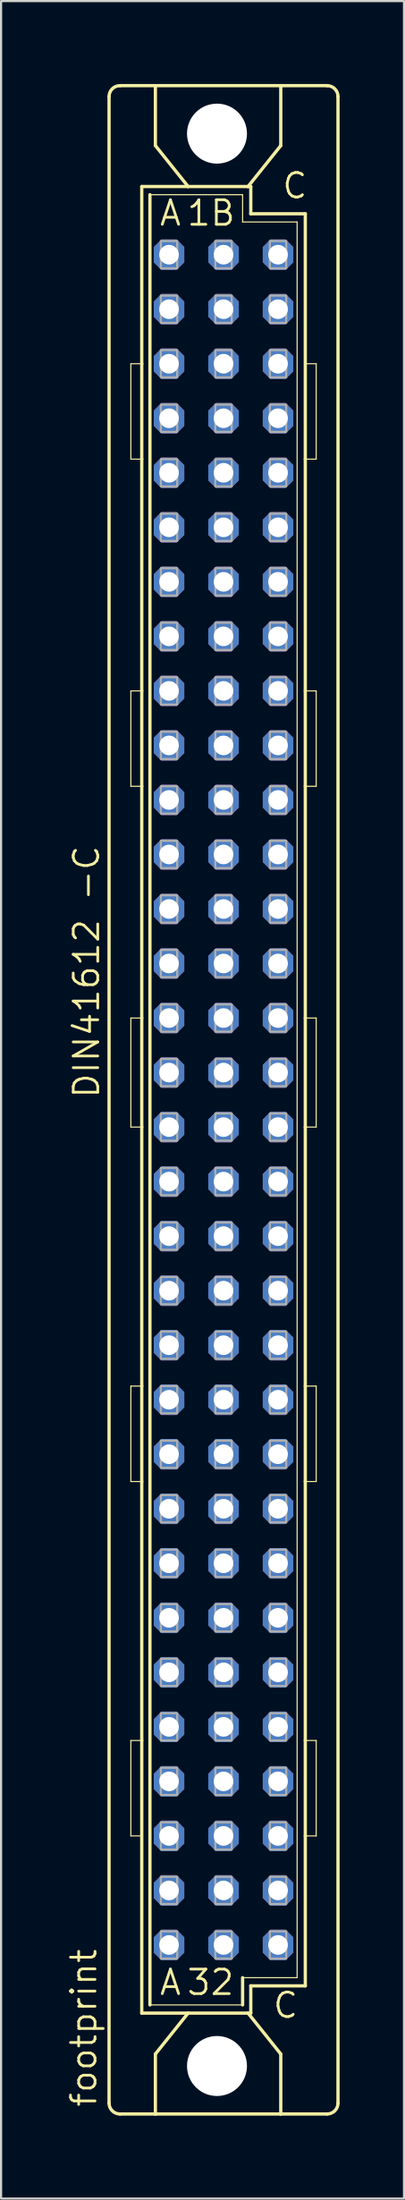
<source format=kicad_pcb>
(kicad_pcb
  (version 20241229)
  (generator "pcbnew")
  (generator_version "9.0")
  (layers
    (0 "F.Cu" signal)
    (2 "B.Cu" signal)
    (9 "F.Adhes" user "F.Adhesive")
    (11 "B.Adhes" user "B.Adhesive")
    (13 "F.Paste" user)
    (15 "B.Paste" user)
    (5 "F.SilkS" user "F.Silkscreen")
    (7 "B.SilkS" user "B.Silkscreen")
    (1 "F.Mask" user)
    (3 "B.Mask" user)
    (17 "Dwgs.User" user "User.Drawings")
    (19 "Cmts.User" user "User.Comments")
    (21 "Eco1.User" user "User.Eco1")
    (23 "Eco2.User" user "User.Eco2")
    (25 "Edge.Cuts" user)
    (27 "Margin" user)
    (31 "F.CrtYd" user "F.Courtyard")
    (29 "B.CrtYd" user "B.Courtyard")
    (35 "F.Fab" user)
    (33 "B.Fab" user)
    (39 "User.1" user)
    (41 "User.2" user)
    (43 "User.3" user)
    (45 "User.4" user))
  (footprint "footprint"
    (layer "F.Cu")
    (at 7.366 48.184)
    (property "Reference" "footprint" (at -5.842 46.99 90) (layer "F.SilkS") (effects (font (size 1.143 1.143) (thickness 0.127)) (justify left bottom)))
    (fp_line (start -5.334 46.736) (end -5.334 -46.736) (stroke (width 0.152) (type solid)) (layer "F.SilkS"))
    (fp_line (start -4.826 -47.244) (end -3.175 -47.244) (stroke (width 0.152) (type solid)) (layer "F.SilkS"))
    (fp_line (start -4.826 47.244) (end -3.175 47.244) (stroke (width 0.152) (type solid)) (layer "F.SilkS"))
    (fp_line (start -4.318 -29.845) (end -4.318 -34.29) (stroke (width 0.051) (type solid)) (layer "F.SilkS"))
    (fp_line (start -4.318 -29.845) (end -3.81 -29.845) (stroke (width 0.051) (type solid)) (layer "F.SilkS"))
    (fp_line (start -4.318 -14.605) (end -4.318 -19.05) (stroke (width 0.051) (type solid)) (layer "F.SilkS"))
    (fp_line (start -4.318 -14.605) (end -3.81 -14.605) (stroke (width 0.051) (type solid)) (layer "F.SilkS"))
    (fp_line (start -4.318 1.27) (end -4.318 -3.81) (stroke (width 0.051) (type solid)) (layer "F.SilkS"))
    (fp_line (start -4.318 1.27) (end -3.81 1.27) (stroke (width 0.051) (type solid)) (layer "F.SilkS"))
    (fp_line (start -4.318 17.78) (end -4.318 13.335) (stroke (width 0.051) (type solid)) (layer "F.SilkS"))
    (fp_line (start -4.318 17.78) (end -3.81 17.78) (stroke (width 0.051) (type solid)) (layer "F.SilkS"))
    (fp_line (start -4.318 34.29) (end -4.318 29.845) (stroke (width 0.051) (type solid)) (layer "F.SilkS"))
    (fp_line (start -4.318 34.29) (end -3.81 34.29) (stroke (width 0.051) (type solid)) (layer "F.SilkS"))
    (fp_line (start -3.81 -42.545) (end -3.81 -34.29) (stroke (width 0.152) (type solid)) (layer "F.SilkS"))
    (fp_line (start -3.81 -34.29) (end -4.318 -34.29) (stroke (width 0.051) (type solid)) (layer "F.SilkS"))
    (fp_line (start -3.81 -34.29) (end -3.81 -29.845) (stroke (width 0.152) (type solid)) (layer "F.SilkS"))
    (fp_line (start -3.81 -29.845) (end -3.81 -19.05) (stroke (width 0.152) (type solid)) (layer "F.SilkS"))
    (fp_line (start -3.81 -19.05) (end -4.318 -19.05) (stroke (width 0.051) (type solid)) (layer "F.SilkS"))
    (fp_line (start -3.81 -19.05) (end -3.81 -14.605) (stroke (width 0.152) (type solid)) (layer "F.SilkS"))
    (fp_line (start -3.81 -14.605) (end -3.81 -3.81) (stroke (width 0.152) (type solid)) (layer "F.SilkS"))
    (fp_line (start -3.81 -3.81) (end -4.318 -3.81) (stroke (width 0.051) (type solid)) (layer "F.SilkS"))
    (fp_line (start -3.81 -3.81) (end -3.81 1.27) (stroke (width 0.152) (type solid)) (layer "F.SilkS"))
    (fp_line (start -3.81 1.27) (end -3.81 13.335) (stroke (width 0.152) (type solid)) (layer "F.SilkS"))
    (fp_line (start -3.81 13.335) (end -4.318 13.335) (stroke (width 0.051) (type solid)) (layer "F.SilkS"))
    (fp_line (start -3.81 13.335) (end -3.81 17.78) (stroke (width 0.152) (type solid)) (layer "F.SilkS"))
    (fp_line (start -3.81 17.78) (end -3.81 29.845) (stroke (width 0.152) (type solid)) (layer "F.SilkS"))
    (fp_line (start -3.81 29.845) (end -4.318 29.845) (stroke (width 0.051) (type solid)) (layer "F.SilkS"))
    (fp_line (start -3.81 29.845) (end -3.81 42.545) (stroke (width 0.152) (type solid)) (layer "F.SilkS"))
    (fp_line (start -3.81 42.545) (end -1.651 42.545) (stroke (width 0.152) (type solid)) (layer "F.SilkS"))
    (fp_line (start -3.429 -42.164) (end -3.429 42.164) (stroke (width 0.152) (type solid)) (layer "F.SilkS"))
    (fp_line (start -3.429 -42.164) (end 0.889 -42.164) (stroke (width 0.051) (type solid)) (layer "F.SilkS"))
    (fp_line (start -3.429 42.164) (end 0.889 42.164) (stroke (width 0.051) (type solid)) (layer "F.SilkS"))
    (fp_line (start -3.175 -47.244) (end -3.175 -44.45) (stroke (width 0.152) (type solid)) (layer "F.SilkS"))
    (fp_line (start -3.175 47.244) (end -3.175 44.45) (stroke (width 0.152) (type solid)) (layer "F.SilkS"))
    (fp_line (start -3.175 47.244) (end 2.667 47.244) (stroke (width 0.152) (type solid)) (layer "F.SilkS"))
    (fp_line (start -1.651 -42.545) (end -3.81 -42.545) (stroke (width 0.152) (type solid)) (layer "F.SilkS"))
    (fp_line (start -1.651 -42.545) (end -3.175 -44.45) (stroke (width 0.152) (type solid)) (layer "F.SilkS"))
    (fp_line (start -1.651 42.545) (end -3.175 44.45) (stroke (width 0.152) (type solid)) (layer "F.SilkS"))
    (fp_line (start -1.651 42.545) (end 1.143 42.545) (stroke (width 0.152) (type solid)) (layer "F.SilkS"))
    (fp_line (start 0.889 -42.164) (end 0.889 -40.894) (stroke (width 0.051) (type solid)) (layer "F.SilkS"))
    (fp_line (start 0.889 -40.894) (end 3.429 -40.894) (stroke (width 0.051) (type solid)) (layer "F.SilkS"))
    (fp_line (start 0.889 40.894) (end 3.429 40.894) (stroke (width 0.051) (type solid)) (layer "F.SilkS"))
    (fp_line (start 0.889 42.164) (end 0.889 40.894) (stroke (width 0.152) (type solid)) (layer "F.SilkS"))
    (fp_line (start 1.143 -42.545) (end -1.651 -42.545) (stroke (width 0.152) (type solid)) (layer "F.SilkS"))
    (fp_line (start 1.143 -42.545) (end 2.667 -44.45) (stroke (width 0.152) (type solid)) (layer "F.SilkS"))
    (fp_line (start 1.143 42.545) (end 1.27 42.545) (stroke (width 0.152) (type solid)) (layer "F.SilkS"))
    (fp_line (start 1.143 42.545) (end 2.667 44.45) (stroke (width 0.152) (type solid)) (layer "F.SilkS"))
    (fp_line (start 1.27 -42.545) (end 1.143 -42.545) (stroke (width 0.152) (type solid)) (layer "F.SilkS"))
    (fp_line (start 1.27 -41.275) (end 1.27 -42.545) (stroke (width 0.152) (type solid)) (layer "F.SilkS"))
    (fp_line (start 1.27 41.275) (end 3.81 41.275) (stroke (width 0.152) (type solid)) (layer "F.SilkS"))
    (fp_line (start 1.27 42.545) (end 1.27 41.275) (stroke (width 0.152) (type solid)) (layer "F.SilkS"))
    (fp_line (start 2.667 -47.244) (end -3.175 -47.244) (stroke (width 0.152) (type solid)) (layer "F.SilkS"))
    (fp_line (start 2.667 -47.244) (end 2.667 -44.45) (stroke (width 0.152) (type solid)) (layer "F.SilkS"))
    (fp_line (start 2.667 47.244) (end 2.667 44.45) (stroke (width 0.152) (type solid)) (layer "F.SilkS"))
    (fp_line (start 2.667 47.244) (end 4.826 47.244) (stroke (width 0.152) (type solid)) (layer "F.SilkS"))
    (fp_line (start 3.429 -40.894) (end 3.429 40.894) (stroke (width 0.051) (type solid)) (layer "F.SilkS"))
    (fp_line (start 3.81 -41.275) (end 1.27 -41.275) (stroke (width 0.152) (type solid)) (layer "F.SilkS"))
    (fp_line (start 3.81 -29.845) (end 3.81 -41.275) (stroke (width 0.152) (type solid)) (layer "F.SilkS"))
    (fp_line (start 3.81 -29.845) (end 4.318 -29.845) (stroke (width 0.051) (type solid)) (layer "F.SilkS"))
    (fp_line (start 3.81 -19.05) (end 3.81 -29.845) (stroke (width 0.152) (type solid)) (layer "F.SilkS"))
    (fp_line (start 3.81 -14.605) (end 3.81 -19.05) (stroke (width 0.152) (type solid)) (layer "F.SilkS"))
    (fp_line (start 3.81 -14.605) (end 4.318 -14.605) (stroke (width 0.051) (type solid)) (layer "F.SilkS"))
    (fp_line (start 3.81 -3.81) (end 3.81 -14.605) (stroke (width 0.152) (type solid)) (layer "F.SilkS"))
    (fp_line (start 3.81 1.27) (end 3.81 -3.81) (stroke (width 0.152) (type solid)) (layer "F.SilkS"))
    (fp_line (start 3.81 1.27) (end 4.318 1.27) (stroke (width 0.051) (type solid)) (layer "F.SilkS"))
    (fp_line (start 3.81 13.335) (end 3.81 1.27) (stroke (width 0.152) (type solid)) (layer "F.SilkS"))
    (fp_line (start 3.81 17.78) (end 3.81 13.335) (stroke (width 0.152) (type solid)) (layer "F.SilkS"))
    (fp_line (start 3.81 17.78) (end 4.318 17.78) (stroke (width 0.051) (type solid)) (layer "F.SilkS"))
    (fp_line (start 3.81 29.845) (end 3.81 17.78) (stroke (width 0.152) (type solid)) (layer "F.SilkS"))
    (fp_line (start 3.81 34.29) (end 3.81 29.845) (stroke (width 0.152) (type solid)) (layer "F.SilkS"))
    (fp_line (start 3.81 34.29) (end 4.318 34.29) (stroke (width 0.051) (type solid)) (layer "F.SilkS"))
    (fp_line (start 3.81 41.275) (end 3.81 34.29) (stroke (width 0.152) (type solid)) (layer "F.SilkS"))
    (fp_line (start 4.318 -34.29) (end 3.81 -34.29) (stroke (width 0.051) (type solid)) (layer "F.SilkS"))
    (fp_line (start 4.318 -34.29) (end 4.318 -29.845) (stroke (width 0.051) (type solid)) (layer "F.SilkS"))
    (fp_line (start 4.318 -19.05) (end 3.81 -19.05) (stroke (width 0.051) (type solid)) (layer "F.SilkS"))
    (fp_line (start 4.318 -19.05) (end 4.318 -14.605) (stroke (width 0.051) (type solid)) (layer "F.SilkS"))
    (fp_line (start 4.318 -3.81) (end 3.81 -3.81) (stroke (width 0.051) (type solid)) (layer "F.SilkS"))
    (fp_line (start 4.318 -3.81) (end 4.318 1.27) (stroke (width 0.051) (type solid)) (layer "F.SilkS"))
    (fp_line (start 4.318 13.335) (end 3.81 13.335) (stroke (width 0.051) (type solid)) (layer "F.SilkS"))
    (fp_line (start 4.318 13.335) (end 4.318 17.78) (stroke (width 0.051) (type solid)) (layer "F.SilkS"))
    (fp_line (start 4.318 29.845) (end 3.81 29.845) (stroke (width 0.051) (type solid)) (layer "F.SilkS"))
    (fp_line (start 4.318 29.845) (end 4.318 34.29) (stroke (width 0.051) (type solid)) (layer "F.SilkS"))
    (fp_line (start 4.826 -47.244) (end 2.667 -47.244) (stroke (width 0.152) (type solid)) (layer "F.SilkS"))
    (fp_line (start 5.334 46.736) (end 5.334 -46.736) (stroke (width 0.152) (type solid)) (layer "F.SilkS"))
    (fp_arc (start -5.334 -46.736) (mid -5.18521 -47.09521) (end -4.826 -47.244) (stroke (width 0.1524) (type solid)) (layer "F.SilkS"))
    (fp_arc (start -4.826 47.244) (mid -5.18521 47.09521) (end -5.334 46.736) (stroke (width 0.1524) (type solid)) (layer "F.SilkS"))
    (fp_arc (start 4.826 -47.244) (mid 5.18521 -47.09521) (end 5.334 -46.736) (stroke (width 0.1524) (type solid)) (layer "F.SilkS"))
    (fp_arc (start 5.334 46.736) (mid 5.18521 47.09521) (end 4.826 47.244) (stroke (width 0.1524) (type solid)) (layer "F.SilkS"))
    (fp_circle (center -0.305 -45.009) (end 0.965 -45.009) (stroke (width 0.152) (type solid)) (fill no) (layer "F.SilkS"))
    (fp_circle (center -0.305 45.009) (end 0.965 45.009) (stroke (width 0.152) (type solid)) (fill no) (layer "F.SilkS"))
    (fp_poly (pts (xy -2.921 -38.735) (xy -2.159 -38.735) (xy -2.159 -40.005) (xy -2.921 -40.005)) (stroke (width 0.1) (type solid)) (fill no) (layer "F.Fab"))
    (fp_poly (pts (xy -2.921 -36.195) (xy -2.159 -36.195) (xy -2.159 -37.465) (xy -2.921 -37.465)) (stroke (width 0.1) (type solid)) (fill no) (layer "F.Fab"))
    (fp_poly (pts (xy -2.921 -33.655) (xy -2.159 -33.655) (xy -2.159 -34.925) (xy -2.921 -34.925)) (stroke (width 0.1) (type solid)) (fill no) (layer "F.Fab"))
    (fp_poly (pts (xy -2.921 -31.115) (xy -2.159 -31.115) (xy -2.159 -32.385) (xy -2.921 -32.385)) (stroke (width 0.1) (type solid)) (fill no) (layer "F.Fab"))
    (fp_poly (pts (xy -2.921 -28.575) (xy -2.159 -28.575) (xy -2.159 -29.845) (xy -2.921 -29.845)) (stroke (width 0.1) (type solid)) (fill no) (layer "F.Fab"))
    (fp_poly (pts (xy -2.921 -26.035) (xy -2.159 -26.035) (xy -2.159 -27.305) (xy -2.921 -27.305)) (stroke (width 0.1) (type solid)) (fill no) (layer "F.Fab"))
    (fp_poly (pts (xy -2.921 -23.495) (xy -2.159 -23.495) (xy -2.159 -24.765) (xy -2.921 -24.765)) (stroke (width 0.1) (type solid)) (fill no) (layer "F.Fab"))
    (fp_poly (pts (xy -2.921 -20.955) (xy -2.159 -20.955) (xy -2.159 -22.225) (xy -2.921 -22.225)) (stroke (width 0.1) (type solid)) (fill no) (layer "F.Fab"))
    (fp_poly (pts (xy -2.921 -18.415) (xy -2.159 -18.415) (xy -2.159 -19.685) (xy -2.921 -19.685)) (stroke (width 0.1) (type solid)) (fill no) (layer "F.Fab"))
    (fp_poly (pts (xy -2.921 -15.875) (xy -2.159 -15.875) (xy -2.159 -17.145) (xy -2.921 -17.145)) (stroke (width 0.1) (type solid)) (fill no) (layer "F.Fab"))
    (fp_poly (pts (xy -2.921 -13.335) (xy -2.159 -13.335) (xy -2.159 -14.605) (xy -2.921 -14.605)) (stroke (width 0.1) (type solid)) (fill no) (layer "F.Fab"))
    (fp_poly (pts (xy -2.921 -10.795) (xy -2.159 -10.795) (xy -2.159 -12.065) (xy -2.921 -12.065)) (stroke (width 0.1) (type solid)) (fill no) (layer "F.Fab"))
    (fp_poly (pts (xy -2.921 -8.255) (xy -2.159 -8.255) (xy -2.159 -9.525) (xy -2.921 -9.525)) (stroke (width 0.1) (type solid)) (fill no) (layer "F.Fab"))
    (fp_poly (pts (xy -2.921 -5.715) (xy -2.159 -5.715) (xy -2.159 -6.985) (xy -2.921 -6.985)) (stroke (width 0.1) (type solid)) (fill no) (layer "F.Fab"))
    (fp_poly (pts (xy -2.921 -3.175) (xy -2.159 -3.175) (xy -2.159 -4.445) (xy -2.921 -4.445)) (stroke (width 0.1) (type solid)) (fill no) (layer "F.Fab"))
    (fp_poly (pts (xy -2.921 -0.635) (xy -2.159 -0.635) (xy -2.159 -1.905) (xy -2.921 -1.905)) (stroke (width 0.1) (type solid)) (fill no) (layer "F.Fab"))
    (fp_poly (pts (xy -2.921 1.905) (xy -2.159 1.905) (xy -2.159 0.635) (xy -2.921 0.635)) (stroke (width 0.1) (type solid)) (fill no) (layer "F.Fab"))
    (fp_poly (pts (xy -2.921 4.445) (xy -2.159 4.445) (xy -2.159 3.175) (xy -2.921 3.175)) (stroke (width 0.1) (type solid)) (fill no) (layer "F.Fab"))
    (fp_poly (pts (xy -2.921 6.985) (xy -2.159 6.985) (xy -2.159 5.715) (xy -2.921 5.715)) (stroke (width 0.1) (type solid)) (fill no) (layer "F.Fab"))
    (fp_poly (pts (xy -2.921 9.525) (xy -2.159 9.525) (xy -2.159 8.255) (xy -2.921 8.255)) (stroke (width 0.1) (type solid)) (fill no) (layer "F.Fab"))
    (fp_poly (pts (xy -2.921 12.065) (xy -2.159 12.065) (xy -2.159 10.795) (xy -2.921 10.795)) (stroke (width 0.1) (type solid)) (fill no) (layer "F.Fab"))
    (fp_poly (pts (xy -2.921 14.605) (xy -2.159 14.605) (xy -2.159 13.335) (xy -2.921 13.335)) (stroke (width 0.1) (type solid)) (fill no) (layer "F.Fab"))
    (fp_poly (pts (xy -2.921 17.145) (xy -2.159 17.145) (xy -2.159 15.875) (xy -2.921 15.875)) (stroke (width 0.1) (type solid)) (fill no) (layer "F.Fab"))
    (fp_poly (pts (xy -2.921 19.685) (xy -2.159 19.685) (xy -2.159 18.415) (xy -2.921 18.415)) (stroke (width 0.1) (type solid)) (fill no) (layer "F.Fab"))
    (fp_poly (pts (xy -2.921 22.225) (xy -2.159 22.225) (xy -2.159 20.955) (xy -2.921 20.955)) (stroke (width 0.1) (type solid)) (fill no) (layer "F.Fab"))
    (fp_poly (pts (xy -2.921 24.765) (xy -2.159 24.765) (xy -2.159 23.495) (xy -2.921 23.495)) (stroke (width 0.1) (type solid)) (fill no) (layer "F.Fab"))
    (fp_poly (pts (xy -2.921 27.305) (xy -2.159 27.305) (xy -2.159 26.035) (xy -2.921 26.035)) (stroke (width 0.1) (type solid)) (fill no) (layer "F.Fab"))
    (fp_poly (pts (xy -2.921 29.845) (xy -2.159 29.845) (xy -2.159 28.575) (xy -2.921 28.575)) (stroke (width 0.1) (type solid)) (fill no) (layer "F.Fab"))
    (fp_poly (pts (xy -2.921 32.385) (xy -2.159 32.385) (xy -2.159 31.115) (xy -2.921 31.115)) (stroke (width 0.1) (type solid)) (fill no) (layer "F.Fab"))
    (fp_poly (pts (xy -2.921 34.925) (xy -2.159 34.925) (xy -2.159 33.655) (xy -2.921 33.655)) (stroke (width 0.1) (type solid)) (fill no) (layer "F.Fab"))
    (fp_poly (pts (xy -2.921 37.465) (xy -2.159 37.465) (xy -2.159 36.195) (xy -2.921 36.195)) (stroke (width 0.1) (type solid)) (fill no) (layer "F.Fab"))
    (fp_poly (pts (xy -2.921 40.005) (xy -2.159 40.005) (xy -2.159 38.735) (xy -2.921 38.735)) (stroke (width 0.1) (type solid)) (fill no) (layer "F.Fab"))
    (fp_poly (pts (xy -0.381 -38.735) (xy 0.381 -38.735) (xy 0.381 -40.005) (xy -0.381 -40.005)) (stroke (width 0.1) (type solid)) (fill no) (layer "F.Fab"))
    (fp_poly (pts (xy -0.381 -36.195) (xy 0.381 -36.195) (xy 0.381 -37.465) (xy -0.381 -37.465)) (stroke (width 0.1) (type solid)) (fill no) (layer "F.Fab"))
    (fp_poly (pts (xy -0.381 -33.655) (xy 0.381 -33.655) (xy 0.381 -34.925) (xy -0.381 -34.925)) (stroke (width 0.1) (type solid)) (fill no) (layer "F.Fab"))
    (fp_poly (pts (xy -0.381 -31.115) (xy 0.381 -31.115) (xy 0.381 -32.385) (xy -0.381 -32.385)) (stroke (width 0.1) (type solid)) (fill no) (layer "F.Fab"))
    (fp_poly (pts (xy -0.381 -28.575) (xy 0.381 -28.575) (xy 0.381 -29.845) (xy -0.381 -29.845)) (stroke (width 0.1) (type solid)) (fill no) (layer "F.Fab"))
    (fp_poly (pts (xy -0.381 -26.035) (xy 0.381 -26.035) (xy 0.381 -27.305) (xy -0.381 -27.305)) (stroke (width 0.1) (type solid)) (fill no) (layer "F.Fab"))
    (fp_poly (pts (xy -0.381 -23.495) (xy 0.381 -23.495) (xy 0.381 -24.765) (xy -0.381 -24.765)) (stroke (width 0.1) (type solid)) (fill no) (layer "F.Fab"))
    (fp_poly (pts (xy -0.381 -20.955) (xy 0.381 -20.955) (xy 0.381 -22.225) (xy -0.381 -22.225)) (stroke (width 0.1) (type solid)) (fill no) (layer "F.Fab"))
    (fp_poly (pts (xy -0.381 -18.415) (xy 0.381 -18.415) (xy 0.381 -19.685) (xy -0.381 -19.685)) (stroke (width 0.1) (type solid)) (fill no) (layer "F.Fab"))
    (fp_poly (pts (xy -0.381 -15.875) (xy 0.381 -15.875) (xy 0.381 -17.145) (xy -0.381 -17.145)) (stroke (width 0.1) (type solid)) (fill no) (layer "F.Fab"))
    (fp_poly (pts (xy -0.381 -13.335) (xy 0.381 -13.335) (xy 0.381 -14.605) (xy -0.381 -14.605)) (stroke (width 0.1) (type solid)) (fill no) (layer "F.Fab"))
    (fp_poly (pts (xy -0.381 -10.795) (xy 0.381 -10.795) (xy 0.381 -12.065) (xy -0.381 -12.065)) (stroke (width 0.1) (type solid)) (fill no) (layer "F.Fab"))
    (fp_poly (pts (xy -0.381 -8.255) (xy 0.381 -8.255) (xy 0.381 -9.525) (xy -0.381 -9.525)) (stroke (width 0.1) (type solid)) (fill no) (layer "F.Fab"))
    (fp_poly (pts (xy -0.381 -5.715) (xy 0.381 -5.715) (xy 0.381 -6.985) (xy -0.381 -6.985)) (stroke (width 0.1) (type solid)) (fill no) (layer "F.Fab"))
    (fp_poly (pts (xy -0.381 -3.175) (xy 0.381 -3.175) (xy 0.381 -4.445) (xy -0.381 -4.445)) (stroke (width 0.1) (type solid)) (fill no) (layer "F.Fab"))
    (fp_poly (pts (xy -0.381 -0.635) (xy 0.381 -0.635) (xy 0.381 -1.905) (xy -0.381 -1.905)) (stroke (width 0.1) (type solid)) (fill no) (layer "F.Fab"))
    (fp_poly (pts (xy -0.381 1.905) (xy 0.381 1.905) (xy 0.381 0.635) (xy -0.381 0.635)) (stroke (width 0.1) (type solid)) (fill no) (layer "F.Fab"))
    (fp_poly (pts (xy -0.381 4.445) (xy 0.381 4.445) (xy 0.381 3.175) (xy -0.381 3.175)) (stroke (width 0.1) (type solid)) (fill no) (layer "F.Fab"))
    (fp_poly (pts (xy -0.381 6.985) (xy 0.381 6.985) (xy 0.381 5.715) (xy -0.381 5.715)) (stroke (width 0.1) (type solid)) (fill no) (layer "F.Fab"))
    (fp_poly (pts (xy -0.381 9.525) (xy 0.381 9.525) (xy 0.381 8.255) (xy -0.381 8.255)) (stroke (width 0.1) (type solid)) (fill no) (layer "F.Fab"))
    (fp_poly (pts (xy -0.381 12.065) (xy 0.381 12.065) (xy 0.381 10.795) (xy -0.381 10.795)) (stroke (width 0.1) (type solid)) (fill no) (layer "F.Fab"))
    (fp_poly (pts (xy -0.381 14.605) (xy 0.381 14.605) (xy 0.381 13.335) (xy -0.381 13.335)) (stroke (width 0.1) (type solid)) (fill no) (layer "F.Fab"))
    (fp_poly (pts (xy -0.381 17.145) (xy 0.381 17.145) (xy 0.381 15.875) (xy -0.381 15.875)) (stroke (width 0.1) (type solid)) (fill no) (layer "F.Fab"))
    (fp_poly (pts (xy -0.381 19.685) (xy 0.381 19.685) (xy 0.381 18.415) (xy -0.381 18.415)) (stroke (width 0.1) (type solid)) (fill no) (layer "F.Fab"))
    (fp_poly (pts (xy -0.381 22.225) (xy 0.381 22.225) (xy 0.381 20.955) (xy -0.381 20.955)) (stroke (width 0.1) (type solid)) (fill no) (layer "F.Fab"))
    (fp_poly (pts (xy -0.381 24.765) (xy 0.381 24.765) (xy 0.381 23.495) (xy -0.381 23.495)) (stroke (width 0.1) (type solid)) (fill no) (layer "F.Fab"))
    (fp_poly (pts (xy -0.381 27.305) (xy 0.381 27.305) (xy 0.381 26.035) (xy -0.381 26.035)) (stroke (width 0.1) (type solid)) (fill no) (layer "F.Fab"))
    (fp_poly (pts (xy -0.381 29.845) (xy 0.381 29.845) (xy 0.381 28.575) (xy -0.381 28.575)) (stroke (width 0.1) (type solid)) (fill no) (layer "F.Fab"))
    (fp_poly (pts (xy -0.381 32.385) (xy 0.381 32.385) (xy 0.381 31.115) (xy -0.381 31.115)) (stroke (width 0.1) (type solid)) (fill no) (layer "F.Fab"))
    (fp_poly (pts (xy -0.381 34.925) (xy 0.381 34.925) (xy 0.381 33.655) (xy -0.381 33.655)) (stroke (width 0.1) (type solid)) (fill no) (layer "F.Fab"))
    (fp_poly (pts (xy -0.381 37.465) (xy 0.381 37.465) (xy 0.381 36.195) (xy -0.381 36.195)) (stroke (width 0.1) (type solid)) (fill no) (layer "F.Fab"))
    (fp_poly (pts (xy -0.381 40.005) (xy 0.381 40.005) (xy 0.381 38.735) (xy -0.381 38.735)) (stroke (width 0.1) (type solid)) (fill no) (layer "F.Fab"))
    (fp_poly (pts (xy 2.159 -38.735) (xy 2.921 -38.735) (xy 2.921 -40.005) (xy 2.159 -40.005)) (stroke (width 0.1) (type solid)) (fill no) (layer "F.Fab"))
    (fp_poly (pts (xy 2.159 -36.195) (xy 2.921 -36.195) (xy 2.921 -37.465) (xy 2.159 -37.465)) (stroke (width 0.1) (type solid)) (fill no) (layer "F.Fab"))
    (fp_poly (pts (xy 2.159 -33.655) (xy 2.921 -33.655) (xy 2.921 -34.925) (xy 2.159 -34.925)) (stroke (width 0.1) (type solid)) (fill no) (layer "F.Fab"))
    (fp_poly (pts (xy 2.159 -31.115) (xy 2.921 -31.115) (xy 2.921 -32.385) (xy 2.159 -32.385)) (stroke (width 0.1) (type solid)) (fill no) (layer "F.Fab"))
    (fp_poly (pts (xy 2.159 -28.575) (xy 2.921 -28.575) (xy 2.921 -29.845) (xy 2.159 -29.845)) (stroke (width 0.1) (type solid)) (fill no) (layer "F.Fab"))
    (fp_poly (pts (xy 2.159 -26.035) (xy 2.921 -26.035) (xy 2.921 -27.305) (xy 2.159 -27.305)) (stroke (width 0.1) (type solid)) (fill no) (layer "F.Fab"))
    (fp_poly (pts (xy 2.159 -23.495) (xy 2.921 -23.495) (xy 2.921 -24.765) (xy 2.159 -24.765)) (stroke (width 0.1) (type solid)) (fill no) (layer "F.Fab"))
    (fp_poly (pts (xy 2.159 -20.955) (xy 2.921 -20.955) (xy 2.921 -22.225) (xy 2.159 -22.225)) (stroke (width 0.1) (type solid)) (fill no) (layer "F.Fab"))
    (fp_poly (pts (xy 2.159 -18.415) (xy 2.921 -18.415) (xy 2.921 -19.685) (xy 2.159 -19.685)) (stroke (width 0.1) (type solid)) (fill no) (layer "F.Fab"))
    (fp_poly (pts (xy 2.159 -15.875) (xy 2.921 -15.875) (xy 2.921 -17.145) (xy 2.159 -17.145)) (stroke (width 0.1) (type solid)) (fill no) (layer "F.Fab"))
    (fp_poly (pts (xy 2.159 -13.335) (xy 2.921 -13.335) (xy 2.921 -14.605) (xy 2.159 -14.605)) (stroke (width 0.1) (type solid)) (fill no) (layer "F.Fab"))
    (fp_poly (pts (xy 2.159 -10.795) (xy 2.921 -10.795) (xy 2.921 -12.065) (xy 2.159 -12.065)) (stroke (width 0.1) (type solid)) (fill no) (layer "F.Fab"))
    (fp_poly (pts (xy 2.159 -8.255) (xy 2.921 -8.255) (xy 2.921 -9.525) (xy 2.159 -9.525)) (stroke (width 0.1) (type solid)) (fill no) (layer "F.Fab"))
    (fp_poly (pts (xy 2.159 -5.715) (xy 2.921 -5.715) (xy 2.921 -6.985) (xy 2.159 -6.985)) (stroke (width 0.1) (type solid)) (fill no) (layer "F.Fab"))
    (fp_poly (pts (xy 2.159 -3.175) (xy 2.921 -3.175) (xy 2.921 -4.445) (xy 2.159 -4.445)) (stroke (width 0.1) (type solid)) (fill no) (layer "F.Fab"))
    (fp_poly (pts (xy 2.159 -0.635) (xy 2.921 -0.635) (xy 2.921 -1.905) (xy 2.159 -1.905)) (stroke (width 0.1) (type solid)) (fill no) (layer "F.Fab"))
    (fp_poly (pts (xy 2.159 1.905) (xy 2.921 1.905) (xy 2.921 0.635) (xy 2.159 0.635)) (stroke (width 0.1) (type solid)) (fill no) (layer "F.Fab"))
    (fp_poly (pts (xy 2.159 4.445) (xy 2.921 4.445) (xy 2.921 3.175) (xy 2.159 3.175)) (stroke (width 0.1) (type solid)) (fill no) (layer "F.Fab"))
    (fp_poly (pts (xy 2.159 6.985) (xy 2.921 6.985) (xy 2.921 5.715) (xy 2.159 5.715)) (stroke (width 0.1) (type solid)) (fill no) (layer "F.Fab"))
    (fp_poly (pts (xy 2.159 9.525) (xy 2.921 9.525) (xy 2.921 8.255) (xy 2.159 8.255)) (stroke (width 0.1) (type solid)) (fill no) (layer "F.Fab"))
    (fp_poly (pts (xy 2.159 12.065) (xy 2.921 12.065) (xy 2.921 10.795) (xy 2.159 10.795)) (stroke (width 0.1) (type solid)) (fill no) (layer "F.Fab"))
    (fp_poly (pts (xy 2.159 14.605) (xy 2.921 14.605) (xy 2.921 13.335) (xy 2.159 13.335)) (stroke (width 0.1) (type solid)) (fill no) (layer "F.Fab"))
    (fp_poly (pts (xy 2.159 17.145) (xy 2.921 17.145) (xy 2.921 15.875) (xy 2.159 15.875)) (stroke (width 0.1) (type solid)) (fill no) (layer "F.Fab"))
    (fp_poly (pts (xy 2.159 19.685) (xy 2.921 19.685) (xy 2.921 18.415) (xy 2.159 18.415)) (stroke (width 0.1) (type solid)) (fill no) (layer "F.Fab"))
    (fp_poly (pts (xy 2.159 22.225) (xy 2.921 22.225) (xy 2.921 20.955) (xy 2.159 20.955)) (stroke (width 0.1) (type solid)) (fill no) (layer "F.Fab"))
    (fp_poly (pts (xy 2.159 24.765) (xy 2.921 24.765) (xy 2.921 23.495) (xy 2.159 23.495)) (stroke (width 0.1) (type solid)) (fill no) (layer "F.Fab"))
    (fp_poly (pts (xy 2.159 27.305) (xy 2.921 27.305) (xy 2.921 26.035) (xy 2.159 26.035)) (stroke (width 0.1) (type solid)) (fill no) (layer "F.Fab"))
    (fp_poly (pts (xy 2.159 29.845) (xy 2.921 29.845) (xy 2.921 28.575) (xy 2.159 28.575)) (stroke (width 0.1) (type solid)) (fill no) (layer "F.Fab"))
    (fp_poly (pts (xy 2.159 32.385) (xy 2.921 32.385) (xy 2.921 31.115) (xy 2.159 31.115)) (stroke (width 0.1) (type solid)) (fill no) (layer "F.Fab"))
    (fp_poly (pts (xy 2.159 34.925) (xy 2.921 34.925) (xy 2.921 33.655) (xy 2.159 33.655)) (stroke (width 0.1) (type solid)) (fill no) (layer "F.Fab"))
    (fp_poly (pts (xy 2.159 37.465) (xy 2.921 37.465) (xy 2.921 36.195) (xy 2.159 36.195)) (stroke (width 0.1) (type solid)) (fill no) (layer "F.Fab"))
    (fp_poly (pts (xy 2.159 40.005) (xy 2.921 40.005) (xy 2.921 38.735) (xy 2.159 38.735)) (stroke (width 0.1) (type solid)) (fill no) (layer "F.Fab"))
    (fp_text user "C" (at 2.237 42.853 0) (layer "F.SilkS") (effects (font (size 1.143 1.143) (thickness 0.127)) (justify left bottom)))
    (fp_text user "C" (at 2.667 -41.91 0) (layer "F.SilkS") (effects (font (size 1.143 1.143) (thickness 0.127)) (justify left bottom)))
    (fp_text user "A" (at -3.048 -40.64 0) (layer "F.SilkS") (effects (font (size 1.143 1.143) (thickness 0.127)) (justify left bottom)))
    (fp_text user "32" (at -1.778 41.783 0) (layer "F.SilkS") (effects (font (size 1.143 1.143) (thickness 0.127)) (justify left bottom)))
    (fp_text user "A" (at -3.048 41.783 0) (layer "F.SilkS") (effects (font (size 1.143 1.143) (thickness 0.127)) (justify left bottom)))
    (fp_text user "1B" (at -1.778 -40.64 0) (layer "F.SilkS") (effects (font (size 1.143 1.143) (thickness 0.127)) (justify left bottom)))
    (fp_text user "DIN41612 -C" (at -5.715 0 90) (layer "F.SilkS") (effects (font (size 1.143 1.143) (thickness 0.127)) (justify left bottom)))
    (pad "" np_thru_hole circle (at -0.305 -45.009) (size 2.794 2.794) (drill 2.794) (layers "*.Cu" "*.Mask"))
    (pad "" np_thru_hole circle (at -0.305 45.009) (size 2.794 2.794) (drill 2.794) (layers "*.Cu" "*.Mask"))
    (pad "A1" thru_hole roundrect (at -2.54 -39.37) (size 1.422 1.422) (drill 0.914) (layers "*.Cu" "*.Mask") (roundrect_rratio 0.25) (chamfer_ratio 0.25) (chamfer top_left top_right bottom_left bottom_right))
    (pad "A2" thru_hole roundrect (at -2.54 -36.83) (size 1.422 1.422) (drill 0.914) (layers "*.Cu" "*.Mask") (roundrect_rratio 0.25) (chamfer_ratio 0.25) (chamfer top_left top_right bottom_left bottom_right))
    (pad "A3" thru_hole roundrect (at -2.54 -34.29) (size 1.422 1.422) (drill 0.914) (layers "*.Cu" "*.Mask") (roundrect_rratio 0.25) (chamfer_ratio 0.25) (chamfer top_left top_right bottom_left bottom_right))
    (pad "A4" thru_hole roundrect (at -2.54 -31.75) (size 1.422 1.422) (drill 0.914) (layers "*.Cu" "*.Mask") (roundrect_rratio 0.25) (chamfer_ratio 0.25) (chamfer top_left top_right bottom_left bottom_right))
    (pad "A5" thru_hole roundrect (at -2.54 -29.21) (size 1.422 1.422) (drill 0.914) (layers "*.Cu" "*.Mask") (roundrect_rratio 0.25) (chamfer_ratio 0.25) (chamfer top_left top_right bottom_left bottom_right))
    (pad "A6" thru_hole roundrect (at -2.54 -26.67) (size 1.422 1.422) (drill 0.914) (layers "*.Cu" "*.Mask") (roundrect_rratio 0.25) (chamfer_ratio 0.25) (chamfer top_left top_right bottom_left bottom_right))
    (pad "A7" thru_hole roundrect (at -2.54 -24.13) (size 1.422 1.422) (drill 0.914) (layers "*.Cu" "*.Mask") (roundrect_rratio 0.25) (chamfer_ratio 0.25) (chamfer top_left top_right bottom_left bottom_right))
    (pad "A8" thru_hole roundrect (at -2.54 -21.59) (size 1.422 1.422) (drill 0.914) (layers "*.Cu" "*.Mask") (roundrect_rratio 0.25) (chamfer_ratio 0.25) (chamfer top_left top_right bottom_left bottom_right))
    (pad "A9" thru_hole roundrect (at -2.54 -19.05) (size 1.422 1.422) (drill 0.914) (layers "*.Cu" "*.Mask") (roundrect_rratio 0.25) (chamfer_ratio 0.25) (chamfer top_left top_right bottom_left bottom_right))
    (pad "A10" thru_hole roundrect (at -2.54 -16.51) (size 1.422 1.422) (drill 0.914) (layers "*.Cu" "*.Mask") (roundrect_rratio 0.25) (chamfer_ratio 0.25) (chamfer top_left top_right bottom_left bottom_right))
    (pad "A11" thru_hole roundrect (at -2.54 -13.97) (size 1.422 1.422) (drill 0.914) (layers "*.Cu" "*.Mask") (roundrect_rratio 0.25) (chamfer_ratio 0.25) (chamfer top_left top_right bottom_left bottom_right))
    (pad "A12" thru_hole roundrect (at -2.54 -11.43) (size 1.422 1.422) (drill 0.914) (layers "*.Cu" "*.Mask") (roundrect_rratio 0.25) (chamfer_ratio 0.25) (chamfer top_left top_right bottom_left bottom_right))
    (pad "A13" thru_hole roundrect (at -2.54 -8.89) (size 1.422 1.422) (drill 0.914) (layers "*.Cu" "*.Mask") (roundrect_rratio 0.25) (chamfer_ratio 0.25) (chamfer top_left top_right bottom_left bottom_right))
    (pad "A14" thru_hole roundrect (at -2.54 -6.35) (size 1.422 1.422) (drill 0.914) (layers "*.Cu" "*.Mask") (roundrect_rratio 0.25) (chamfer_ratio 0.25) (chamfer top_left top_right bottom_left bottom_right))
    (pad "A15" thru_hole roundrect (at -2.54 -3.81) (size 1.422 1.422) (drill 0.914) (layers "*.Cu" "*.Mask") (roundrect_rratio 0.25) (chamfer_ratio 0.25) (chamfer top_left top_right bottom_left bottom_right))
    (pad "A16" thru_hole roundrect (at -2.54 -1.27) (size 1.422 1.422) (drill 0.914) (layers "*.Cu" "*.Mask") (roundrect_rratio 0.25) (chamfer_ratio 0.25) (chamfer top_left top_right bottom_left bottom_right))
    (pad "A17" thru_hole roundrect (at -2.54 1.27) (size 1.422 1.422) (drill 0.914) (layers "*.Cu" "*.Mask") (roundrect_rratio 0.25) (chamfer_ratio 0.25) (chamfer top_left top_right bottom_left bottom_right))
    (pad "A18" thru_hole roundrect (at -2.54 3.81) (size 1.422 1.422) (drill 0.914) (layers "*.Cu" "*.Mask") (roundrect_rratio 0.25) (chamfer_ratio 0.25) (chamfer top_left top_right bottom_left bottom_right))
    (pad "A19" thru_hole roundrect (at -2.54 6.35) (size 1.422 1.422) (drill 0.914) (layers "*.Cu" "*.Mask") (roundrect_rratio 0.25) (chamfer_ratio 0.25) (chamfer top_left top_right bottom_left bottom_right))
    (pad "A20" thru_hole roundrect (at -2.54 8.89) (size 1.422 1.422) (drill 0.914) (layers "*.Cu" "*.Mask") (roundrect_rratio 0.25) (chamfer_ratio 0.25) (chamfer top_left top_right bottom_left bottom_right))
    (pad "A21" thru_hole roundrect (at -2.54 11.43) (size 1.422 1.422) (drill 0.914) (layers "*.Cu" "*.Mask") (roundrect_rratio 0.25) (chamfer_ratio 0.25) (chamfer top_left top_right bottom_left bottom_right))
    (pad "A22" thru_hole roundrect (at -2.54 13.97) (size 1.422 1.422) (drill 0.914) (layers "*.Cu" "*.Mask") (roundrect_rratio 0.25) (chamfer_ratio 0.25) (chamfer top_left top_right bottom_left bottom_right))
    (pad "A23" thru_hole roundrect (at -2.54 16.51) (size 1.422 1.422) (drill 0.914) (layers "*.Cu" "*.Mask") (roundrect_rratio 0.25) (chamfer_ratio 0.25) (chamfer top_left top_right bottom_left bottom_right))
    (pad "A24" thru_hole roundrect (at -2.54 19.05) (size 1.422 1.422) (drill 0.914) (layers "*.Cu" "*.Mask") (roundrect_rratio 0.25) (chamfer_ratio 0.25) (chamfer top_left top_right bottom_left bottom_right))
    (pad "A25" thru_hole roundrect (at -2.54 21.59) (size 1.422 1.422) (drill 0.914) (layers "*.Cu" "*.Mask") (roundrect_rratio 0.25) (chamfer_ratio 0.25) (chamfer top_left top_right bottom_left bottom_right))
    (pad "A26" thru_hole roundrect (at -2.54 24.13) (size 1.422 1.422) (drill 0.914) (layers "*.Cu" "*.Mask") (roundrect_rratio 0.25) (chamfer_ratio 0.25) (chamfer top_left top_right bottom_left bottom_right))
    (pad "A27" thru_hole roundrect (at -2.54 26.67) (size 1.422 1.422) (drill 0.914) (layers "*.Cu" "*.Mask") (roundrect_rratio 0.25) (chamfer_ratio 0.25) (chamfer top_left top_right bottom_left bottom_right))
    (pad "A28" thru_hole roundrect (at -2.54 29.21) (size 1.422 1.422) (drill 0.914) (layers "*.Cu" "*.Mask") (roundrect_rratio 0.25) (chamfer_ratio 0.25) (chamfer top_left top_right bottom_left bottom_right))
    (pad "A29" thru_hole roundrect (at -2.54 31.75) (size 1.422 1.422) (drill 0.914) (layers "*.Cu" "*.Mask") (roundrect_rratio 0.25) (chamfer_ratio 0.25) (chamfer top_left top_right bottom_left bottom_right))
    (pad "A30" thru_hole roundrect (at -2.54 34.29) (size 1.422 1.422) (drill 0.914) (layers "*.Cu" "*.Mask") (roundrect_rratio 0.25) (chamfer_ratio 0.25) (chamfer top_left top_right bottom_left bottom_right))
    (pad "A31" thru_hole roundrect (at -2.54 36.83) (size 1.422 1.422) (drill 0.914) (layers "*.Cu" "*.Mask") (roundrect_rratio 0.25) (chamfer_ratio 0.25) (chamfer top_left top_right bottom_left bottom_right))
    (pad "A32" thru_hole roundrect (at -2.54 39.37) (size 1.422 1.422) (drill 0.914) (layers "*.Cu" "*.Mask") (roundrect_rratio 0.25) (chamfer_ratio 0.25) (chamfer top_left top_right bottom_left bottom_right))
    (pad "B1" thru_hole roundrect (at 0 -39.37) (size 1.422 1.422) (drill 0.914) (layers "*.Cu" "*.Mask") (roundrect_rratio 0.25) (chamfer_ratio 0.25) (chamfer top_left top_right bottom_left bottom_right))
    (pad "B2" thru_hole roundrect (at 0 -36.83) (size 1.422 1.422) (drill 0.914) (layers "*.Cu" "*.Mask") (roundrect_rratio 0.25) (chamfer_ratio 0.25) (chamfer top_left top_right bottom_left bottom_right))
    (pad "B3" thru_hole roundrect (at 0 -34.29) (size 1.422 1.422) (drill 0.914) (layers "*.Cu" "*.Mask") (roundrect_rratio 0.25) (chamfer_ratio 0.25) (chamfer top_left top_right bottom_left bottom_right))
    (pad "B4" thru_hole roundrect (at 0 -31.75) (size 1.422 1.422) (drill 0.914) (layers "*.Cu" "*.Mask") (roundrect_rratio 0.25) (chamfer_ratio 0.25) (chamfer top_left top_right bottom_left bottom_right))
    (pad "B5" thru_hole roundrect (at 0 -29.21) (size 1.422 1.422) (drill 0.914) (layers "*.Cu" "*.Mask") (roundrect_rratio 0.25) (chamfer_ratio 0.25) (chamfer top_left top_right bottom_left bottom_right))
    (pad "B6" thru_hole roundrect (at 0 -26.67) (size 1.422 1.422) (drill 0.914) (layers "*.Cu" "*.Mask") (roundrect_rratio 0.25) (chamfer_ratio 0.25) (chamfer top_left top_right bottom_left bottom_right))
    (pad "B7" thru_hole roundrect (at 0 -24.13) (size 1.422 1.422) (drill 0.914) (layers "*.Cu" "*.Mask") (roundrect_rratio 0.25) (chamfer_ratio 0.25) (chamfer top_left top_right bottom_left bottom_right))
    (pad "B8" thru_hole roundrect (at 0 -21.59) (size 1.422 1.422) (drill 0.914) (layers "*.Cu" "*.Mask") (roundrect_rratio 0.25) (chamfer_ratio 0.25) (chamfer top_left top_right bottom_left bottom_right))
    (pad "B9" thru_hole roundrect (at 0 -19.05) (size 1.422 1.422) (drill 0.914) (layers "*.Cu" "*.Mask") (roundrect_rratio 0.25) (chamfer_ratio 0.25) (chamfer top_left top_right bottom_left bottom_right))
    (pad "B10" thru_hole roundrect (at 0 -16.51) (size 1.422 1.422) (drill 0.914) (layers "*.Cu" "*.Mask") (roundrect_rratio 0.25) (chamfer_ratio 0.25) (chamfer top_left top_right bottom_left bottom_right))
    (pad "B11" thru_hole roundrect (at 0 -13.97) (size 1.422 1.422) (drill 0.914) (layers "*.Cu" "*.Mask") (roundrect_rratio 0.25) (chamfer_ratio 0.25) (chamfer top_left top_right bottom_left bottom_right))
    (pad "B12" thru_hole roundrect (at 0 -11.43) (size 1.422 1.422) (drill 0.914) (layers "*.Cu" "*.Mask") (roundrect_rratio 0.25) (chamfer_ratio 0.25) (chamfer top_left top_right bottom_left bottom_right))
    (pad "B13" thru_hole roundrect (at 0 -8.89) (size 1.422 1.422) (drill 0.914) (layers "*.Cu" "*.Mask") (roundrect_rratio 0.25) (chamfer_ratio 0.25) (chamfer top_left top_right bottom_left bottom_right))
    (pad "B14" thru_hole roundrect (at 0 -6.35) (size 1.422 1.422) (drill 0.914) (layers "*.Cu" "*.Mask") (roundrect_rratio 0.25) (chamfer_ratio 0.25) (chamfer top_left top_right bottom_left bottom_right))
    (pad "B15" thru_hole roundrect (at 0 -3.81) (size 1.422 1.422) (drill 0.914) (layers "*.Cu" "*.Mask") (roundrect_rratio 0.25) (chamfer_ratio 0.25) (chamfer top_left top_right bottom_left bottom_right))
    (pad "B16" thru_hole roundrect (at 0 -1.27) (size 1.422 1.422) (drill 0.914) (layers "*.Cu" "*.Mask") (roundrect_rratio 0.25) (chamfer_ratio 0.25) (chamfer top_left top_right bottom_left bottom_right))
    (pad "B17" thru_hole roundrect (at 0 1.27) (size 1.422 1.422) (drill 0.914) (layers "*.Cu" "*.Mask") (roundrect_rratio 0.25) (chamfer_ratio 0.25) (chamfer top_left top_right bottom_left bottom_right))
    (pad "B18" thru_hole roundrect (at 0 3.81) (size 1.422 1.422) (drill 0.914) (layers "*.Cu" "*.Mask") (roundrect_rratio 0.25) (chamfer_ratio 0.25) (chamfer top_left top_right bottom_left bottom_right))
    (pad "B19" thru_hole roundrect (at 0 6.35) (size 1.422 1.422) (drill 0.914) (layers "*.Cu" "*.Mask") (roundrect_rratio 0.25) (chamfer_ratio 0.25) (chamfer top_left top_right bottom_left bottom_right))
    (pad "B20" thru_hole roundrect (at 0 8.89) (size 1.422 1.422) (drill 0.914) (layers "*.Cu" "*.Mask") (roundrect_rratio 0.25) (chamfer_ratio 0.25) (chamfer top_left top_right bottom_left bottom_right))
    (pad "B21" thru_hole roundrect (at 0 11.43) (size 1.422 1.422) (drill 0.914) (layers "*.Cu" "*.Mask") (roundrect_rratio 0.25) (chamfer_ratio 0.25) (chamfer top_left top_right bottom_left bottom_right))
    (pad "B22" thru_hole roundrect (at 0 13.97) (size 1.422 1.422) (drill 0.914) (layers "*.Cu" "*.Mask") (roundrect_rratio 0.25) (chamfer_ratio 0.25) (chamfer top_left top_right bottom_left bottom_right))
    (pad "B23" thru_hole roundrect (at 0 16.51) (size 1.422 1.422) (drill 0.914) (layers "*.Cu" "*.Mask") (roundrect_rratio 0.25) (chamfer_ratio 0.25) (chamfer top_left top_right bottom_left bottom_right))
    (pad "B24" thru_hole roundrect (at 0 19.05) (size 1.422 1.422) (drill 0.914) (layers "*.Cu" "*.Mask") (roundrect_rratio 0.25) (chamfer_ratio 0.25) (chamfer top_left top_right bottom_left bottom_right))
    (pad "B25" thru_hole roundrect (at 0 21.59) (size 1.422 1.422) (drill 0.914) (layers "*.Cu" "*.Mask") (roundrect_rratio 0.25) (chamfer_ratio 0.25) (chamfer top_left top_right bottom_left bottom_right))
    (pad "B26" thru_hole roundrect (at 0 24.13) (size 1.422 1.422) (drill 0.914) (layers "*.Cu" "*.Mask") (roundrect_rratio 0.25) (chamfer_ratio 0.25) (chamfer top_left top_right bottom_left bottom_right))
    (pad "B27" thru_hole roundrect (at 0 26.67) (size 1.422 1.422) (drill 0.914) (layers "*.Cu" "*.Mask") (roundrect_rratio 0.25) (chamfer_ratio 0.25) (chamfer top_left top_right bottom_left bottom_right))
    (pad "B28" thru_hole roundrect (at 0 29.21) (size 1.422 1.422) (drill 0.914) (layers "*.Cu" "*.Mask") (roundrect_rratio 0.25) (chamfer_ratio 0.25) (chamfer top_left top_right bottom_left bottom_right))
    (pad "B29" thru_hole roundrect (at 0 31.75) (size 1.422 1.422) (drill 0.914) (layers "*.Cu" "*.Mask") (roundrect_rratio 0.25) (chamfer_ratio 0.25) (chamfer top_left top_right bottom_left bottom_right))
    (pad "B30" thru_hole roundrect (at 0 34.29) (size 1.422 1.422) (drill 0.914) (layers "*.Cu" "*.Mask") (roundrect_rratio 0.25) (chamfer_ratio 0.25) (chamfer top_left top_right bottom_left bottom_right))
    (pad "B31" thru_hole roundrect (at 0 36.83) (size 1.422 1.422) (drill 0.914) (layers "*.Cu" "*.Mask") (roundrect_rratio 0.25) (chamfer_ratio 0.25) (chamfer top_left top_right bottom_left bottom_right))
    (pad "B32" thru_hole roundrect (at 0 39.37) (size 1.422 1.422) (drill 0.914) (layers "*.Cu" "*.Mask") (roundrect_rratio 0.25) (chamfer_ratio 0.25) (chamfer top_left top_right bottom_left bottom_right))
    (pad "C1" thru_hole roundrect (at 2.54 -39.37) (size 1.422 1.422) (drill 0.914) (layers "*.Cu" "*.Mask") (roundrect_rratio 0.25) (chamfer_ratio 0.25) (chamfer top_left top_right bottom_left bottom_right))
    (pad "C2" thru_hole roundrect (at 2.54 -36.83) (size 1.422 1.422) (drill 0.914) (layers "*.Cu" "*.Mask") (roundrect_rratio 0.25) (chamfer_ratio 0.25) (chamfer top_left top_right bottom_left bottom_right))
    (pad "C3" thru_hole roundrect (at 2.54 -34.29) (size 1.422 1.422) (drill 0.914) (layers "*.Cu" "*.Mask") (roundrect_rratio 0.25) (chamfer_ratio 0.25) (chamfer top_left top_right bottom_left bottom_right))
    (pad "C4" thru_hole roundrect (at 2.54 -31.75) (size 1.422 1.422) (drill 0.914) (layers "*.Cu" "*.Mask") (roundrect_rratio 0.25) (chamfer_ratio 0.25) (chamfer top_left top_right bottom_left bottom_right))
    (pad "C5" thru_hole roundrect (at 2.54 -29.21) (size 1.422 1.422) (drill 0.914) (layers "*.Cu" "*.Mask") (roundrect_rratio 0.25) (chamfer_ratio 0.25) (chamfer top_left top_right bottom_left bottom_right))
    (pad "C6" thru_hole roundrect (at 2.54 -26.67) (size 1.422 1.422) (drill 0.914) (layers "*.Cu" "*.Mask") (roundrect_rratio 0.25) (chamfer_ratio 0.25) (chamfer top_left top_right bottom_left bottom_right))
    (pad "C7" thru_hole roundrect (at 2.54 -24.13) (size 1.422 1.422) (drill 0.914) (layers "*.Cu" "*.Mask") (roundrect_rratio 0.25) (chamfer_ratio 0.25) (chamfer top_left top_right bottom_left bottom_right))
    (pad "C8" thru_hole roundrect (at 2.54 -21.59) (size 1.422 1.422) (drill 0.914) (layers "*.Cu" "*.Mask") (roundrect_rratio 0.25) (chamfer_ratio 0.25) (chamfer top_left top_right bottom_left bottom_right))
    (pad "C9" thru_hole roundrect (at 2.54 -19.05) (size 1.422 1.422) (drill 0.914) (layers "*.Cu" "*.Mask") (roundrect_rratio 0.25) (chamfer_ratio 0.25) (chamfer top_left top_right bottom_left bottom_right))
    (pad "C10" thru_hole roundrect (at 2.54 -16.51) (size 1.422 1.422) (drill 0.914) (layers "*.Cu" "*.Mask") (roundrect_rratio 0.25) (chamfer_ratio 0.25) (chamfer top_left top_right bottom_left bottom_right))
    (pad "C11" thru_hole roundrect (at 2.54 -13.97) (size 1.422 1.422) (drill 0.914) (layers "*.Cu" "*.Mask") (roundrect_rratio 0.25) (chamfer_ratio 0.25) (chamfer top_left top_right bottom_left bottom_right))
    (pad "C12" thru_hole roundrect (at 2.54 -11.43) (size 1.422 1.422) (drill 0.914) (layers "*.Cu" "*.Mask") (roundrect_rratio 0.25) (chamfer_ratio 0.25) (chamfer top_left top_right bottom_left bottom_right))
    (pad "C13" thru_hole roundrect (at 2.54 -8.89) (size 1.422 1.422) (drill 0.914) (layers "*.Cu" "*.Mask") (roundrect_rratio 0.25) (chamfer_ratio 0.25) (chamfer top_left top_right bottom_left bottom_right))
    (pad "C14" thru_hole roundrect (at 2.54 -6.35) (size 1.422 1.422) (drill 0.914) (layers "*.Cu" "*.Mask") (roundrect_rratio 0.25) (chamfer_ratio 0.25) (chamfer top_left top_right bottom_left bottom_right))
    (pad "C15" thru_hole roundrect (at 2.54 -3.81) (size 1.422 1.422) (drill 0.914) (layers "*.Cu" "*.Mask") (roundrect_rratio 0.25) (chamfer_ratio 0.25) (chamfer top_left top_right bottom_left bottom_right))
    (pad "C16" thru_hole roundrect (at 2.54 -1.27) (size 1.422 1.422) (drill 0.914) (layers "*.Cu" "*.Mask") (roundrect_rratio 0.25) (chamfer_ratio 0.25) (chamfer top_left top_right bottom_left bottom_right))
    (pad "C17" thru_hole roundrect (at 2.54 1.27) (size 1.422 1.422) (drill 0.914) (layers "*.Cu" "*.Mask") (roundrect_rratio 0.25) (chamfer_ratio 0.25) (chamfer top_left top_right bottom_left bottom_right))
    (pad "C18" thru_hole roundrect (at 2.54 3.81) (size 1.422 1.422) (drill 0.914) (layers "*.Cu" "*.Mask") (roundrect_rratio 0.25) (chamfer_ratio 0.25) (chamfer top_left top_right bottom_left bottom_right))
    (pad "C19" thru_hole roundrect (at 2.54 6.35) (size 1.422 1.422) (drill 0.914) (layers "*.Cu" "*.Mask") (roundrect_rratio 0.25) (chamfer_ratio 0.25) (chamfer top_left top_right bottom_left bottom_right))
    (pad "C20" thru_hole roundrect (at 2.54 8.89) (size 1.422 1.422) (drill 0.914) (layers "*.Cu" "*.Mask") (roundrect_rratio 0.25) (chamfer_ratio 0.25) (chamfer top_left top_right bottom_left bottom_right))
    (pad "C21" thru_hole roundrect (at 2.54 11.43) (size 1.422 1.422) (drill 0.914) (layers "*.Cu" "*.Mask") (roundrect_rratio 0.25) (chamfer_ratio 0.25) (chamfer top_left top_right bottom_left bottom_right))
    (pad "C22" thru_hole roundrect (at 2.54 13.97) (size 1.422 1.422) (drill 0.914) (layers "*.Cu" "*.Mask") (roundrect_rratio 0.25) (chamfer_ratio 0.25) (chamfer top_left top_right bottom_left bottom_right))
    (pad "C23" thru_hole roundrect (at 2.54 16.51) (size 1.422 1.422) (drill 0.914) (layers "*.Cu" "*.Mask") (roundrect_rratio 0.25) (chamfer_ratio 0.25) (chamfer top_left top_right bottom_left bottom_right))
    (pad "C24" thru_hole roundrect (at 2.54 19.05) (size 1.422 1.422) (drill 0.914) (layers "*.Cu" "*.Mask") (roundrect_rratio 0.25) (chamfer_ratio 0.25) (chamfer top_left top_right bottom_left bottom_right))
    (pad "C25" thru_hole roundrect (at 2.54 21.59) (size 1.422 1.422) (drill 0.914) (layers "*.Cu" "*.Mask") (roundrect_rratio 0.25) (chamfer_ratio 0.25) (chamfer top_left top_right bottom_left bottom_right))
    (pad "C26" thru_hole roundrect (at 2.54 24.13) (size 1.422 1.422) (drill 0.914) (layers "*.Cu" "*.Mask") (roundrect_rratio 0.25) (chamfer_ratio 0.25) (chamfer top_left top_right bottom_left bottom_right))
    (pad "C27" thru_hole roundrect (at 2.54 26.67) (size 1.422 1.422) (drill 0.914) (layers "*.Cu" "*.Mask") (roundrect_rratio 0.25) (chamfer_ratio 0.25) (chamfer top_left top_right bottom_left bottom_right))
    (pad "C28" thru_hole roundrect (at 2.54 29.21) (size 1.422 1.422) (drill 0.914) (layers "*.Cu" "*.Mask") (roundrect_rratio 0.25) (chamfer_ratio 0.25) (chamfer top_left top_right bottom_left bottom_right))
    (pad "C29" thru_hole roundrect (at 2.54 31.75) (size 1.422 1.422) (drill 0.914) (layers "*.Cu" "*.Mask") (roundrect_rratio 0.25) (chamfer_ratio 0.25) (chamfer top_left top_right bottom_left bottom_right))
    (pad "C30" thru_hole roundrect (at 2.54 34.29) (size 1.422 1.422) (drill 0.914) (layers "*.Cu" "*.Mask") (roundrect_rratio 0.25) (chamfer_ratio 0.25) (chamfer top_left top_right bottom_left bottom_right))
    (pad "C31" thru_hole roundrect (at 2.54 36.83) (size 1.422 1.422) (drill 0.914) (layers "*.Cu" "*.Mask") (roundrect_rratio 0.25) (chamfer_ratio 0.25) (chamfer top_left top_right bottom_left bottom_right))
    (pad "C32" thru_hole roundrect (at 2.54 39.37) (size 1.422 1.422) (drill 0.914) (layers "*.Cu" "*.Mask") (roundrect_rratio 0.25) (chamfer_ratio 0.25) (chamfer top_left top_right bottom_left bottom_right))
    (zone (net_name "") (layers "F.Cu" "B.Cu") (hatch edge 0.508) (connect_pads) (min_thickness 0.254) (filled_areas_thickness no) (keepout (tracks allowed) (vias not_allowed) (pads allowed) (copperpour allowed) (footprints allowed)) (placement (enabled no)) (fill) (polygon (pts (xy 10.236 3.175) (xy 10.188 2.624) (xy 10.045 2.089) (xy 9.811 1.587) (xy 9.493 1.134) (xy 9.102 0.743) (xy 8.649 0.425) (xy 8.147 0.191) (xy 7.613 0.048) (xy 7.061 0) (xy 6.51 0.048) (xy 5.975 0.191) (xy 5.474 0.425) (xy 5.02 0.743) (xy 4.629 1.134) (xy 4.312 1.587) (xy 4.078 2.089) (xy 3.934 2.624) (xy 3.886 3.175) (xy 3.934 3.726) (xy 4.078 4.261) (xy 4.312 4.763) (xy 4.629 5.216) (xy 5.02 5.607) (xy 5.474 5.925) (xy 5.975 6.159) (xy 6.51 6.302) (xy 7.061 6.35) (xy 7.613 6.302) (xy 8.147 6.159) (xy 8.649 5.925) (xy 9.102 5.607) (xy 9.493 5.216) (xy 9.811 4.763) (xy 10.045 4.261) (xy 10.188 3.726))) (polygon (pts (xy 8.458 3.175) (xy 8.437 2.932) (xy 8.374 2.697) (xy 8.271 2.477) (xy 8.131 2.277) (xy 7.959 2.105) (xy 7.76 1.965) (xy 7.539 1.862) (xy 7.304 1.799) (xy 7.061 1.778) (xy 6.819 1.799) (xy 6.583 1.862) (xy 6.363 1.965) (xy 6.163 2.105) (xy 5.991 2.277) (xy 5.851 2.477) (xy 5.748 2.697) (xy 5.685 2.932) (xy 5.664 3.175) (xy 5.685 3.418) (xy 5.748 3.653) (xy 5.851 3.873) (xy 5.991 4.073) (xy 6.163 4.245) (xy 6.363 4.385) (xy 6.583 4.488) (xy 6.819 4.551) (xy 7.061 4.572) (xy 7.304 4.551) (xy 7.539 4.488) (xy 7.76 4.385) (xy 7.959 4.245) (xy 8.131 4.073) (xy 8.271 3.873) (xy 8.374 3.653) (xy 8.437 3.418))))
    (zone (net_name "") (layers "F.Cu" "B.Cu") (hatch edge 0.508) (connect_pads) (min_thickness 0.254) (filled_areas_thickness no) (keepout (tracks allowed) (vias not_allowed) (pads allowed) (copperpour allowed) (footprints allowed)) (placement (enabled no)) (fill) (polygon (pts (xy 10.236 93.193) (xy 10.188 92.641) (xy 10.045 92.107) (xy 9.811 91.605) (xy 9.493 91.152) (xy 9.102 90.76) (xy 8.649 90.443) (xy 8.147 90.209) (xy 7.613 90.066) (xy 7.061 90.018) (xy 6.51 90.066) (xy 5.975 90.209) (xy 5.474 90.443) (xy 5.02 90.76) (xy 4.629 91.152) (xy 4.312 91.605) (xy 4.078 92.107) (xy 3.934 92.641) (xy 3.886 93.193) (xy 3.934 93.744) (xy 4.078 94.279) (xy 4.312 94.78) (xy 4.629 95.233) (xy 5.02 95.625) (xy 5.474 95.942) (xy 5.975 96.176) (xy 6.51 96.319) (xy 7.061 96.368) (xy 7.613 96.319) (xy 8.147 96.176) (xy 8.649 95.942) (xy 9.102 95.625) (xy 9.493 95.233) (xy 9.811 94.78) (xy 10.045 94.279) (xy 10.188 93.744))) (polygon (pts (xy 8.458 93.193) (xy 8.437 92.95) (xy 8.374 92.715) (xy 8.271 92.494) (xy 8.131 92.295) (xy 7.959 92.122) (xy 7.76 91.983) (xy 7.539 91.88) (xy 7.304 91.817) (xy 7.061 91.796) (xy 6.819 91.817) (xy 6.583 91.88) (xy 6.363 91.983) (xy 6.163 92.122) (xy 5.991 92.295) (xy 5.851 92.494) (xy 5.748 92.715) (xy 5.685 92.95) (xy 5.664 93.193) (xy 5.685 93.435) (xy 5.748 93.67) (xy 5.851 93.891) (xy 5.991 94.091) (xy 6.163 94.263) (xy 6.363 94.402) (xy 6.583 94.505) (xy 6.819 94.568) (xy 7.061 94.59) (xy 7.304 94.568) (xy 7.539 94.505) (xy 7.76 94.402) (xy 7.959 94.263) (xy 8.131 94.091) (xy 8.271 93.891) (xy 8.374 93.67) (xy 8.437 93.435))))
    (zone (net_name "") (layer "B.Cu") (hatch edge 0.508) (connect_pads) (min_thickness 0.254) (filled_areas_thickness no) (keepout (tracks not_allowed) (vias not_allowed) (pads not_allowed) (copperpour not_allowed) (footprints allowed)) (placement (enabled no)) (fill) (polygon (pts (xy 10.236 3.175) (xy 10.188 2.624) (xy 10.045 2.089) (xy 9.811 1.587) (xy 9.493 1.134) (xy 9.102 0.743) (xy 8.649 0.425) (xy 8.147 0.191) (xy 7.613 0.048) (xy 7.061 0) (xy 6.51 0.048) (xy 5.975 0.191) (xy 5.474 0.425) (xy 5.02 0.743) (xy 4.629 1.134) (xy 4.312 1.587) (xy 4.078 2.089) (xy 3.934 2.624) (xy 3.886 3.175) (xy 3.934 3.726) (xy 4.078 4.261) (xy 4.312 4.763) (xy 4.629 5.216) (xy 5.02 5.607) (xy 5.474 5.925) (xy 5.975 6.159) (xy 6.51 6.302) (xy 7.061 6.35) (xy 7.613 6.302) (xy 8.147 6.159) (xy 8.649 5.925) (xy 9.102 5.607) (xy 9.493 5.216) (xy 9.811 4.763) (xy 10.045 4.261) (xy 10.188 3.726))) (polygon (pts (xy 8.458 3.175) (xy 8.437 2.932) (xy 8.374 2.697) (xy 8.271 2.477) (xy 8.131 2.277) (xy 7.959 2.105) (xy 7.76 1.965) (xy 7.539 1.862) (xy 7.304 1.799) (xy 7.061 1.778) (xy 6.819 1.799) (xy 6.583 1.862) (xy 6.363 1.965) (xy 6.163 2.105) (xy 5.991 2.277) (xy 5.851 2.477) (xy 5.748 2.697) (xy 5.685 2.932) (xy 5.664 3.175) (xy 5.685 3.418) (xy 5.748 3.653) (xy 5.851 3.873) (xy 5.991 4.073) (xy 6.163 4.245) (xy 6.363 4.385) (xy 6.583 4.488) (xy 6.819 4.551) (xy 7.061 4.572) (xy 7.304 4.551) (xy 7.539 4.488) (xy 7.76 4.385) (xy 7.959 4.245) (xy 8.131 4.073) (xy 8.271 3.873) (xy 8.374 3.653) (xy 8.437 3.418))))
    (zone (net_name "") (layer "B.Cu") (hatch edge 0.508) (connect_pads) (min_thickness 0.254) (filled_areas_thickness no) (keepout (tracks not_allowed) (vias not_allowed) (pads not_allowed) (copperpour not_allowed) (footprints allowed)) (placement (enabled no)) (fill) (polygon (pts (xy 10.236 93.193) (xy 10.188 92.641) (xy 10.045 92.107) (xy 9.811 91.605) (xy 9.493 91.152) (xy 9.102 90.76) (xy 8.649 90.443) (xy 8.147 90.209) (xy 7.613 90.066) (xy 7.061 90.018) (xy 6.51 90.066) (xy 5.975 90.209) (xy 5.474 90.443) (xy 5.02 90.76) (xy 4.629 91.152) (xy 4.312 91.605) (xy 4.078 92.107) (xy 3.934 92.641) (xy 3.886 93.193) (xy 3.934 93.744) (xy 4.078 94.279) (xy 4.312 94.78) (xy 4.629 95.233) (xy 5.02 95.625) (xy 5.474 95.942) (xy 5.975 96.176) (xy 6.51 96.319) (xy 7.061 96.368) (xy 7.613 96.319) (xy 8.147 96.176) (xy 8.649 95.942) (xy 9.102 95.625) (xy 9.493 95.233) (xy 9.811 94.78) (xy 10.045 94.279) (xy 10.188 93.744))) (polygon (pts (xy 8.458 93.193) (xy 8.437 92.95) (xy 8.374 92.715) (xy 8.271 92.494) (xy 8.131 92.295) (xy 7.959 92.122) (xy 7.76 91.983) (xy 7.539 91.88) (xy 7.304 91.817) (xy 7.061 91.796) (xy 6.819 91.817) (xy 6.583 91.88) (xy 6.363 91.983) (xy 6.163 92.122) (xy 5.991 92.295) (xy 5.851 92.494) (xy 5.748 92.715) (xy 5.685 92.95) (xy 5.664 93.193) (xy 5.685 93.435) (xy 5.748 93.67) (xy 5.851 93.891) (xy 5.991 94.091) (xy 6.163 94.263) (xy 6.363 94.402) (xy 6.583 94.505) (xy 6.819 94.568) (xy 7.061 94.59) (xy 7.304 94.568) (xy 7.539 94.505) (xy 7.76 94.402) (xy 7.959 94.263) (xy 8.131 94.091) (xy 8.271 93.891) (xy 8.374 93.67) (xy 8.437 93.435)))))
  (gr_rect
    (start -3 -3)
    (end 15.776 99.368)
    (stroke (width 0.1) (type default))
    (fill no)
    (layer "Edge.Cuts")))
</source>
